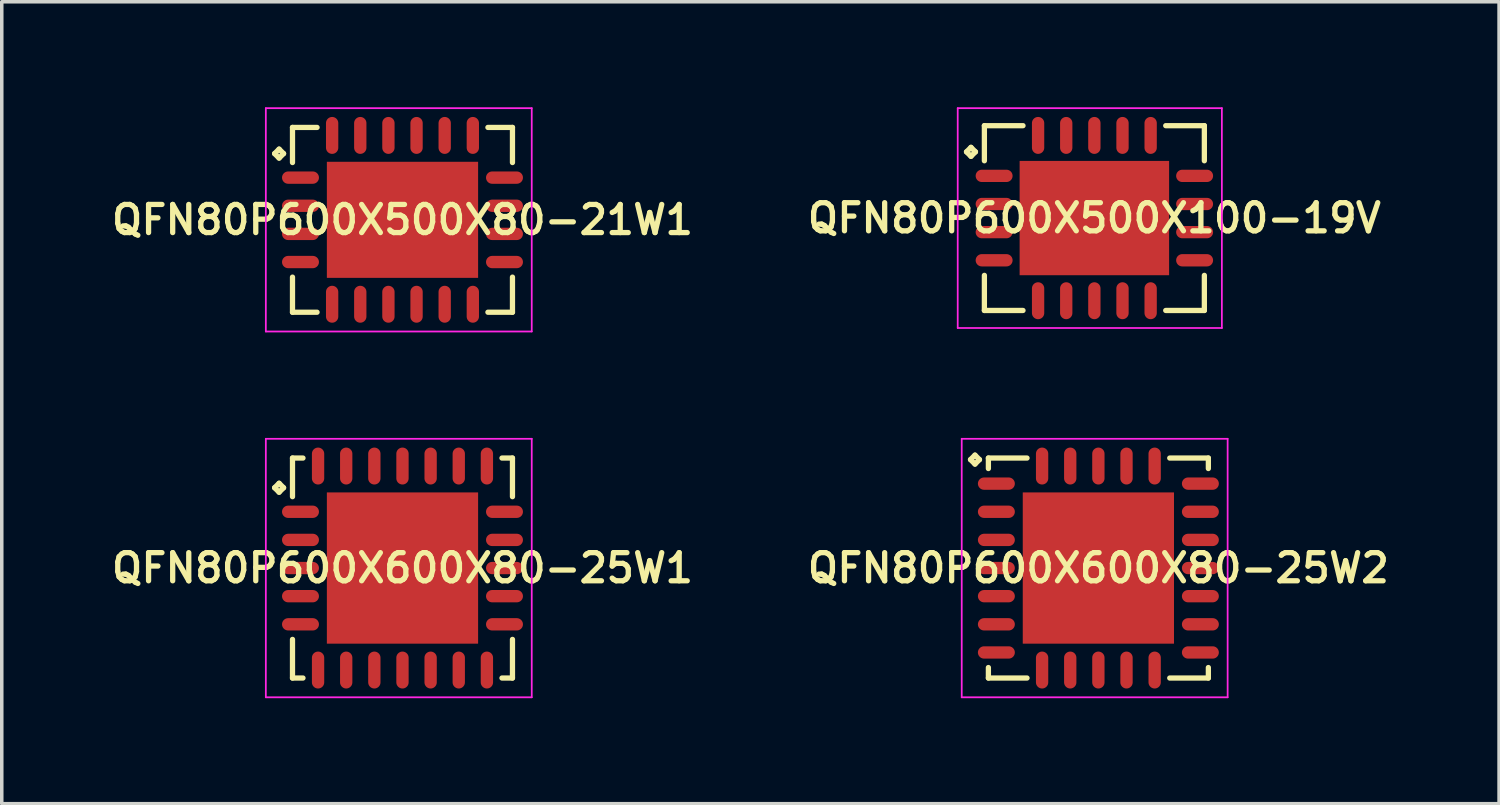
<source format=kicad_pcb>
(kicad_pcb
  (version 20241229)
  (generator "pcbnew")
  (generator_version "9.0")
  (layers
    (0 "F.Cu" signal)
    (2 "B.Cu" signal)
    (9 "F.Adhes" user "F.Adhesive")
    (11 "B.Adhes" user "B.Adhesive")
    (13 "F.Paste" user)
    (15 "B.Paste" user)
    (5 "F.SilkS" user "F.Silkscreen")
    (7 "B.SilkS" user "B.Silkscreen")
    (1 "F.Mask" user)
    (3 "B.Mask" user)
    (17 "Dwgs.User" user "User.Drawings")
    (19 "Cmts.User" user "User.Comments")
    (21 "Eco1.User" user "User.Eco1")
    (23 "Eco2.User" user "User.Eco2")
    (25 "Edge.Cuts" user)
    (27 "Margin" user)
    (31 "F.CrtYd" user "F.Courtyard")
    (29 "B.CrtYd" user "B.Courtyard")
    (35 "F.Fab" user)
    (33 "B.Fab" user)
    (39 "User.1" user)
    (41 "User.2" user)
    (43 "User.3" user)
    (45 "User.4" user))
  (footprint "QFN80P600X600X80-25W2"
    (layer "F.Cu")
    (at 28.178 13.1)
    (property "Reference" "QFN80P600X600X80-25W2" (at 0 0 0) (layer "F.SilkS") (effects (font (size 0.8 0.8) (thickness 0.15))))
    (attr smd)
    (fp_line (start -3.635 -3.083) (end -3.508 -3.21) (stroke (width 0.15) (type solid)) (layer "F.SilkS"))
    (fp_line (start -3.508 -3.21) (end -3.381 -3.083) (stroke (width 0.15) (type solid)) (layer "F.SilkS"))
    (fp_line (start -3.508 -2.956) (end -3.635 -3.083) (stroke (width 0.15) (type solid)) (layer "F.SilkS"))
    (fp_line (start -3.381 -3.083) (end -3.508 -2.956) (stroke (width 0.15) (type solid)) (layer "F.SilkS"))
    (fp_line (start -3.127 -3.127) (end -2.029 -3.127) (stroke (width 0.15) (type solid)) (layer "F.SilkS"))
    (fp_line (start -3.127 -2.829) (end -3.127 -3.127) (stroke (width 0.15) (type solid)) (layer "F.SilkS"))
    (fp_line (start -3.127 2.829) (end -3.127 3.127) (stroke (width 0.15) (type solid)) (layer "F.SilkS"))
    (fp_line (start -3.127 3.127) (end -2.029 3.127) (stroke (width 0.15) (type solid)) (layer "F.SilkS"))
    (fp_line (start 2.029 -3.127) (end 3.127 -3.127) (stroke (width 0.15) (type solid)) (layer "F.SilkS"))
    (fp_line (start 2.029 3.127) (end 3.127 3.127) (stroke (width 0.15) (type solid)) (layer "F.SilkS"))
    (fp_line (start 3.127 -3.127) (end 3.127 -2.829) (stroke (width 0.15) (type solid)) (layer "F.SilkS"))
    (fp_line (start 3.127 3.127) (end 3.127 2.829) (stroke (width 0.15) (type solid)) (layer "F.SilkS"))
    (fp_line (start -3.885 -3.675) (end 3.675 -3.675) (stroke (width 0.05) (type solid)) (layer "F.CrtYd"))
    (fp_line (start -3.885 3.675) (end -3.885 -3.675) (stroke (width 0.05) (type solid)) (layer "F.CrtYd"))
    (fp_line (start 3.675 -3.675) (end 3.675 3.675) (stroke (width 0.05) (type solid)) (layer "F.CrtYd"))
    (fp_line (start 3.675 3.675) (end -3.885 3.675) (stroke (width 0.05) (type solid)) (layer "F.CrtYd"))
    (pad "1" smd oval (at -2.9 -2.4) (size 1.05 0.35) (layers "F.Cu" "F.Mask" "F.Paste"))
    (pad "2" smd oval (at -2.9 -1.6) (size 1.05 0.35) (layers "F.Cu" "F.Mask" "F.Paste"))
    (pad "3" smd oval (at -2.9 -0.8) (size 1.05 0.35) (layers "F.Cu" "F.Mask" "F.Paste"))
    (pad "4" smd oval (at -2.9 0) (size 1.05 0.35) (layers "F.Cu" "F.Mask" "F.Paste"))
    (pad "5" smd oval (at -2.9 0.8) (size 1.05 0.35) (layers "F.Cu" "F.Mask" "F.Paste"))
    (pad "6" smd oval (at -2.9 1.6) (size 1.05 0.35) (layers "F.Cu" "F.Mask" "F.Paste"))
    (pad "7" smd oval (at -2.9 2.4) (size 1.05 0.35) (layers "F.Cu" "F.Mask" "F.Paste"))
    (pad "8" smd oval (at -1.6 2.9) (size 0.35 1.05) (layers "F.Cu" "F.Mask" "F.Paste"))
    (pad "9" smd oval (at -0.8 2.9) (size 0.35 1.05) (layers "F.Cu" "F.Mask" "F.Paste"))
    (pad "10" smd oval (at 0 2.9) (size 0.35 1.05) (layers "F.Cu" "F.Mask" "F.Paste"))
    (pad "11" smd oval (at 0.8 2.9) (size 0.35 1.05) (layers "F.Cu" "F.Mask" "F.Paste"))
    (pad "12" smd oval (at 1.6 2.9) (size 0.35 1.05) (layers "F.Cu" "F.Mask" "F.Paste"))
    (pad "13" smd oval (at 2.9 2.4) (size 1.05 0.35) (layers "F.Cu" "F.Mask" "F.Paste"))
    (pad "14" smd oval (at 2.9 1.6) (size 1.05 0.35) (layers "F.Cu" "F.Mask" "F.Paste"))
    (pad "15" smd oval (at 2.9 0.8) (size 1.05 0.35) (layers "F.Cu" "F.Mask" "F.Paste"))
    (pad "16" smd oval (at 2.9 0) (size 1.05 0.35) (layers "F.Cu" "F.Mask" "F.Paste"))
    (pad "17" smd oval (at 2.9 -0.8) (size 1.05 0.35) (layers "F.Cu" "F.Mask" "F.Paste"))
    (pad "18" smd oval (at 2.9 -1.6) (size 1.05 0.35) (layers "F.Cu" "F.Mask" "F.Paste"))
    (pad "19" smd oval (at 2.9 -2.4) (size 1.05 0.35) (layers "F.Cu" "F.Mask" "F.Paste"))
    (pad "20" smd oval (at 1.6 -2.9) (size 0.35 1.05) (layers "F.Cu" "F.Mask" "F.Paste"))
    (pad "21" smd oval (at 0.8 -2.9) (size 0.35 1.05) (layers "F.Cu" "F.Mask" "F.Paste"))
    (pad "22" smd oval (at 0 -2.9) (size 0.35 1.05) (layers "F.Cu" "F.Mask" "F.Paste"))
    (pad "23" smd oval (at -0.8 -2.9) (size 0.35 1.05) (layers "F.Cu" "F.Mask" "F.Paste"))
    (pad "24" smd oval (at -1.6 -2.9) (size 0.35 1.05) (layers "F.Cu" "F.Mask" "F.Paste"))
    (pad "25" smd rect (at 0 0) (size 4.3 4.3) (layers "F.Cu" "F.Mask" "F.Paste")))
  (footprint "QFN80P600X500X100-19V"
    (layer "F.Cu")
    (at 28.064 3.15)
    (property "Reference" "QFN80P600X500X100-19V" (at 0 0 0) (layer "F.SilkS") (effects (font (size 0.8 0.8) (thickness 0.15))))
    (attr smd)
    (fp_line (start -3.635 -1.883) (end -3.508 -2.01) (stroke (width 0.15) (type solid)) (layer "F.SilkS"))
    (fp_line (start -3.508 -2.01) (end -3.381 -1.883) (stroke (width 0.15) (type solid)) (layer "F.SilkS"))
    (fp_line (start -3.508 -1.756) (end -3.635 -1.883) (stroke (width 0.15) (type solid)) (layer "F.SilkS"))
    (fp_line (start -3.381 -1.883) (end -3.508 -1.756) (stroke (width 0.15) (type solid)) (layer "F.SilkS"))
    (fp_line (start -3.127 -2.627) (end -2.029 -2.627) (stroke (width 0.15) (type solid)) (layer "F.SilkS"))
    (fp_line (start -3.127 -1.629) (end -3.127 -2.627) (stroke (width 0.15) (type solid)) (layer "F.SilkS"))
    (fp_line (start -3.127 1.629) (end -3.127 2.627) (stroke (width 0.15) (type solid)) (layer "F.SilkS"))
    (fp_line (start -3.127 2.627) (end -2.029 2.627) (stroke (width 0.15) (type solid)) (layer "F.SilkS"))
    (fp_line (start 2.029 -2.627) (end 3.127 -2.627) (stroke (width 0.15) (type solid)) (layer "F.SilkS"))
    (fp_line (start 2.029 2.627) (end 3.127 2.627) (stroke (width 0.15) (type solid)) (layer "F.SilkS"))
    (fp_line (start 3.127 -2.627) (end 3.127 -1.629) (stroke (width 0.15) (type solid)) (layer "F.SilkS"))
    (fp_line (start 3.127 2.627) (end 3.127 1.629) (stroke (width 0.15) (type solid)) (layer "F.SilkS"))
    (fp_line (start -3.885 -3.125) (end 3.625 -3.125) (stroke (width 0.05) (type solid)) (layer "F.CrtYd"))
    (fp_line (start -3.885 3.125) (end -3.885 -3.125) (stroke (width 0.05) (type solid)) (layer "F.CrtYd"))
    (fp_line (start 3.625 -3.125) (end 3.625 3.125) (stroke (width 0.05) (type solid)) (layer "F.CrtYd"))
    (fp_line (start 3.625 3.125) (end -3.885 3.125) (stroke (width 0.05) (type solid)) (layer "F.CrtYd"))
    (pad "1" smd oval (at -2.85 -1.2) (size 1.05 0.35) (layers "F.Cu" "F.Mask" "F.Paste"))
    (pad "2" smd oval (at -2.85 -0.4) (size 1.05 0.35) (layers "F.Cu" "F.Mask" "F.Paste"))
    (pad "3" smd oval (at -2.85 0.4) (size 1.05 0.35) (layers "F.Cu" "F.Mask" "F.Paste"))
    (pad "4" smd oval (at -2.85 1.2) (size 1.05 0.35) (layers "F.Cu" "F.Mask" "F.Paste"))
    (pad "5" smd oval (at -1.6 2.35) (size 0.35 1.05) (layers "F.Cu" "F.Mask" "F.Paste"))
    (pad "6" smd oval (at -0.8 2.35) (size 0.35 1.05) (layers "F.Cu" "F.Mask" "F.Paste"))
    (pad "7" smd oval (at 0 2.35) (size 0.35 1.05) (layers "F.Cu" "F.Mask" "F.Paste"))
    (pad "8" smd oval (at 0.8 2.35) (size 0.35 1.05) (layers "F.Cu" "F.Mask" "F.Paste"))
    (pad "9" smd oval (at 1.6 2.35) (size 0.35 1.05) (layers "F.Cu" "F.Mask" "F.Paste"))
    (pad "10" smd oval (at 2.85 1.2) (size 1.05 0.35) (layers "F.Cu" "F.Mask" "F.Paste"))
    (pad "11" smd oval (at 2.85 0.4) (size 1.05 0.35) (layers "F.Cu" "F.Mask" "F.Paste"))
    (pad "12" smd oval (at 2.85 -0.4) (size 1.05 0.35) (layers "F.Cu" "F.Mask" "F.Paste"))
    (pad "13" smd oval (at 2.85 -1.2) (size 1.05 0.35) (layers "F.Cu" "F.Mask" "F.Paste"))
    (pad "14" smd oval (at 1.6 -2.35) (size 0.35 1.05) (layers "F.Cu" "F.Mask" "F.Paste"))
    (pad "15" smd oval (at 0.8 -2.35) (size 0.35 1.05) (layers "F.Cu" "F.Mask" "F.Paste"))
    (pad "16" smd oval (at 0 -2.35) (size 0.35 1.05) (layers "F.Cu" "F.Mask" "F.Paste"))
    (pad "17" smd oval (at -0.8 -2.35) (size 0.35 1.05) (layers "F.Cu" "F.Mask" "F.Paste"))
    (pad "18" smd oval (at -1.6 -2.35) (size 0.35 1.05) (layers "F.Cu" "F.Mask" "F.Paste"))
    (pad "19" smd rect (at 0 0) (size 4.25 3.25) (layers "F.Cu" "F.Mask" "F.Paste")))
  (footprint "QFN80P600X500X80-21W1"
    (layer "F.Cu")
    (at 8.393 3.2)
    (property "Reference" "QFN80P600X500X80-21W1" (at 0 0 0) (layer "F.SilkS") (effects (font (size 0.8 0.8) (thickness 0.15))))
    (attr smd)
    (fp_line (start -3.635 -1.883) (end -3.508 -2.01) (stroke (width 0.15) (type solid)) (layer "F.SilkS"))
    (fp_line (start -3.508 -2.01) (end -3.381 -1.883) (stroke (width 0.15) (type solid)) (layer "F.SilkS"))
    (fp_line (start -3.508 -1.756) (end -3.635 -1.883) (stroke (width 0.15) (type solid)) (layer "F.SilkS"))
    (fp_line (start -3.381 -1.883) (end -3.508 -1.756) (stroke (width 0.15) (type solid)) (layer "F.SilkS"))
    (fp_line (start -3.127 -2.627) (end -2.429 -2.627) (stroke (width 0.15) (type solid)) (layer "F.SilkS"))
    (fp_line (start -3.127 -1.629) (end -3.127 -2.627) (stroke (width 0.15) (type solid)) (layer "F.SilkS"))
    (fp_line (start -3.127 1.629) (end -3.127 2.627) (stroke (width 0.15) (type solid)) (layer "F.SilkS"))
    (fp_line (start -3.127 2.627) (end -2.429 2.627) (stroke (width 0.15) (type solid)) (layer "F.SilkS"))
    (fp_line (start 2.429 -2.627) (end 3.127 -2.627) (stroke (width 0.15) (type solid)) (layer "F.SilkS"))
    (fp_line (start 2.429 2.627) (end 3.127 2.627) (stroke (width 0.15) (type solid)) (layer "F.SilkS"))
    (fp_line (start 3.127 -2.627) (end 3.127 -1.629) (stroke (width 0.15) (type solid)) (layer "F.SilkS"))
    (fp_line (start 3.127 2.627) (end 3.127 1.629) (stroke (width 0.15) (type solid)) (layer "F.SilkS"))
    (fp_line (start -3.885 -3.175) (end 3.675 -3.175) (stroke (width 0.05) (type solid)) (layer "F.CrtYd"))
    (fp_line (start -3.885 3.175) (end -3.885 -3.175) (stroke (width 0.05) (type solid)) (layer "F.CrtYd"))
    (fp_line (start 3.675 -3.175) (end 3.675 3.175) (stroke (width 0.05) (type solid)) (layer "F.CrtYd"))
    (fp_line (start 3.675 3.175) (end -3.885 3.175) (stroke (width 0.05) (type solid)) (layer "F.CrtYd"))
    (pad "1" smd oval (at -2.9 -1.2) (size 1.05 0.35) (layers "F.Cu" "F.Mask" "F.Paste"))
    (pad "2" smd oval (at -2.9 -0.4) (size 1.05 0.35) (layers "F.Cu" "F.Mask" "F.Paste"))
    (pad "3" smd oval (at -2.9 0.4) (size 1.05 0.35) (layers "F.Cu" "F.Mask" "F.Paste"))
    (pad "4" smd oval (at -2.9 1.2) (size 1.05 0.35) (layers "F.Cu" "F.Mask" "F.Paste"))
    (pad "5" smd oval (at -2 2.4) (size 0.35 1.05) (layers "F.Cu" "F.Mask" "F.Paste"))
    (pad "6" smd oval (at -1.2 2.4) (size 0.35 1.05) (layers "F.Cu" "F.Mask" "F.Paste"))
    (pad "7" smd oval (at -0.4 2.4) (size 0.35 1.05) (layers "F.Cu" "F.Mask" "F.Paste"))
    (pad "8" smd oval (at 0.4 2.4) (size 0.35 1.05) (layers "F.Cu" "F.Mask" "F.Paste"))
    (pad "9" smd oval (at 1.2 2.4) (size 0.35 1.05) (layers "F.Cu" "F.Mask" "F.Paste"))
    (pad "10" smd oval (at 2 2.4) (size 0.35 1.05) (layers "F.Cu" "F.Mask" "F.Paste"))
    (pad "11" smd oval (at 2.9 1.2) (size 1.05 0.35) (layers "F.Cu" "F.Mask" "F.Paste"))
    (pad "12" smd oval (at 2.9 0.4) (size 1.05 0.35) (layers "F.Cu" "F.Mask" "F.Paste"))
    (pad "13" smd oval (at 2.9 -0.4) (size 1.05 0.35) (layers "F.Cu" "F.Mask" "F.Paste"))
    (pad "14" smd oval (at 2.9 -1.2) (size 1.05 0.35) (layers "F.Cu" "F.Mask" "F.Paste"))
    (pad "15" smd oval (at 2 -2.4) (size 0.35 1.05) (layers "F.Cu" "F.Mask" "F.Paste"))
    (pad "16" smd oval (at 1.2 -2.4) (size 0.35 1.05) (layers "F.Cu" "F.Mask" "F.Paste"))
    (pad "17" smd oval (at 0.4 -2.4) (size 0.35 1.05) (layers "F.Cu" "F.Mask" "F.Paste"))
    (pad "18" smd oval (at -0.4 -2.4) (size 0.35 1.05) (layers "F.Cu" "F.Mask" "F.Paste"))
    (pad "19" smd oval (at -1.2 -2.4) (size 0.35 1.05) (layers "F.Cu" "F.Mask" "F.Paste"))
    (pad "20" smd oval (at -2 -2.4) (size 0.35 1.05) (layers "F.Cu" "F.Mask" "F.Paste"))
    (pad "21" smd rect (at 0 0) (size 4.3 3.3) (layers "F.Cu" "F.Mask" "F.Paste")))
  (footprint "QFN80P600X600X80-25W1"
    (layer "F.Cu")
    (at 8.393 13.1)
    (property "Reference" "QFN80P600X600X80-25W1" (at 0 0 0) (layer "F.SilkS") (effects (font (size 0.8 0.8) (thickness 0.15))))
    (attr smd)
    (fp_line (start -3.635 -2.283) (end -3.508 -2.41) (stroke (width 0.15) (type solid)) (layer "F.SilkS"))
    (fp_line (start -3.508 -2.41) (end -3.381 -2.283) (stroke (width 0.15) (type solid)) (layer "F.SilkS"))
    (fp_line (start -3.508 -2.156) (end -3.635 -2.283) (stroke (width 0.15) (type solid)) (layer "F.SilkS"))
    (fp_line (start -3.381 -2.283) (end -3.508 -2.156) (stroke (width 0.15) (type solid)) (layer "F.SilkS"))
    (fp_line (start -3.127 -3.127) (end -2.829 -3.127) (stroke (width 0.15) (type solid)) (layer "F.SilkS"))
    (fp_line (start -3.127 -2.029) (end -3.127 -3.127) (stroke (width 0.15) (type solid)) (layer "F.SilkS"))
    (fp_line (start -3.127 2.029) (end -3.127 3.127) (stroke (width 0.15) (type solid)) (layer "F.SilkS"))
    (fp_line (start -3.127 3.127) (end -2.829 3.127) (stroke (width 0.15) (type solid)) (layer "F.SilkS"))
    (fp_line (start 2.829 -3.127) (end 3.127 -3.127) (stroke (width 0.15) (type solid)) (layer "F.SilkS"))
    (fp_line (start 2.829 3.127) (end 3.127 3.127) (stroke (width 0.15) (type solid)) (layer "F.SilkS"))
    (fp_line (start 3.127 -3.127) (end 3.127 -2.029) (stroke (width 0.15) (type solid)) (layer "F.SilkS"))
    (fp_line (start 3.127 3.127) (end 3.127 2.029) (stroke (width 0.15) (type solid)) (layer "F.SilkS"))
    (fp_line (start -3.885 -3.675) (end 3.675 -3.675) (stroke (width 0.05) (type solid)) (layer "F.CrtYd"))
    (fp_line (start -3.885 3.675) (end -3.885 -3.675) (stroke (width 0.05) (type solid)) (layer "F.CrtYd"))
    (fp_line (start 3.675 -3.675) (end 3.675 3.675) (stroke (width 0.05) (type solid)) (layer "F.CrtYd"))
    (fp_line (start 3.675 3.675) (end -3.885 3.675) (stroke (width 0.05) (type solid)) (layer "F.CrtYd"))
    (pad "1" smd oval (at -2.9 -1.6) (size 1.05 0.35) (layers "F.Cu" "F.Mask" "F.Paste"))
    (pad "2" smd oval (at -2.9 -0.8) (size 1.05 0.35) (layers "F.Cu" "F.Mask" "F.Paste"))
    (pad "3" smd oval (at -2.9 0) (size 1.05 0.35) (layers "F.Cu" "F.Mask" "F.Paste"))
    (pad "4" smd oval (at -2.9 0.8) (size 1.05 0.35) (layers "F.Cu" "F.Mask" "F.Paste"))
    (pad "5" smd oval (at -2.9 1.6) (size 1.05 0.35) (layers "F.Cu" "F.Mask" "F.Paste"))
    (pad "6" smd oval (at -2.4 2.9) (size 0.35 1.05) (layers "F.Cu" "F.Mask" "F.Paste"))
    (pad "7" smd oval (at -1.6 2.9) (size 0.35 1.05) (layers "F.Cu" "F.Mask" "F.Paste"))
    (pad "8" smd oval (at -0.8 2.9) (size 0.35 1.05) (layers "F.Cu" "F.Mask" "F.Paste"))
    (pad "9" smd oval (at 0 2.9) (size 0.35 1.05) (layers "F.Cu" "F.Mask" "F.Paste"))
    (pad "10" smd oval (at 0.8 2.9) (size 0.35 1.05) (layers "F.Cu" "F.Mask" "F.Paste"))
    (pad "11" smd oval (at 1.6 2.9) (size 0.35 1.05) (layers "F.Cu" "F.Mask" "F.Paste"))
    (pad "12" smd oval (at 2.4 2.9) (size 0.35 1.05) (layers "F.Cu" "F.Mask" "F.Paste"))
    (pad "13" smd oval (at 2.9 1.6) (size 1.05 0.35) (layers "F.Cu" "F.Mask" "F.Paste"))
    (pad "14" smd oval (at 2.9 0.8) (size 1.05 0.35) (layers "F.Cu" "F.Mask" "F.Paste"))
    (pad "15" smd oval (at 2.9 0) (size 1.05 0.35) (layers "F.Cu" "F.Mask" "F.Paste"))
    (pad "16" smd oval (at 2.9 -0.8) (size 1.05 0.35) (layers "F.Cu" "F.Mask" "F.Paste"))
    (pad "17" smd oval (at 2.9 -1.6) (size 1.05 0.35) (layers "F.Cu" "F.Mask" "F.Paste"))
    (pad "18" smd oval (at 2.4 -2.9) (size 0.35 1.05) (layers "F.Cu" "F.Mask" "F.Paste"))
    (pad "19" smd oval (at 1.6 -2.9) (size 0.35 1.05) (layers "F.Cu" "F.Mask" "F.Paste"))
    (pad "20" smd oval (at 0.8 -2.9) (size 0.35 1.05) (layers "F.Cu" "F.Mask" "F.Paste"))
    (pad "21" smd oval (at 0 -2.9) (size 0.35 1.05) (layers "F.Cu" "F.Mask" "F.Paste"))
    (pad "22" smd oval (at -0.8 -2.9) (size 0.35 1.05) (layers "F.Cu" "F.Mask" "F.Paste"))
    (pad "23" smd oval (at -1.6 -2.9) (size 0.35 1.05) (layers "F.Cu" "F.Mask" "F.Paste"))
    (pad "24" smd oval (at -2.4 -2.9) (size 0.35 1.05) (layers "F.Cu" "F.Mask" "F.Paste"))
    (pad "25" smd rect (at 0 0) (size 4.3 4.3) (layers "F.Cu" "F.Mask" "F.Paste")))
  (gr_rect
    (start -3 -3)
    (end 39.57 19.8)
    (stroke (width 0.1) (type default))
    (fill no)
    (layer "Edge.Cuts")))
</source>
